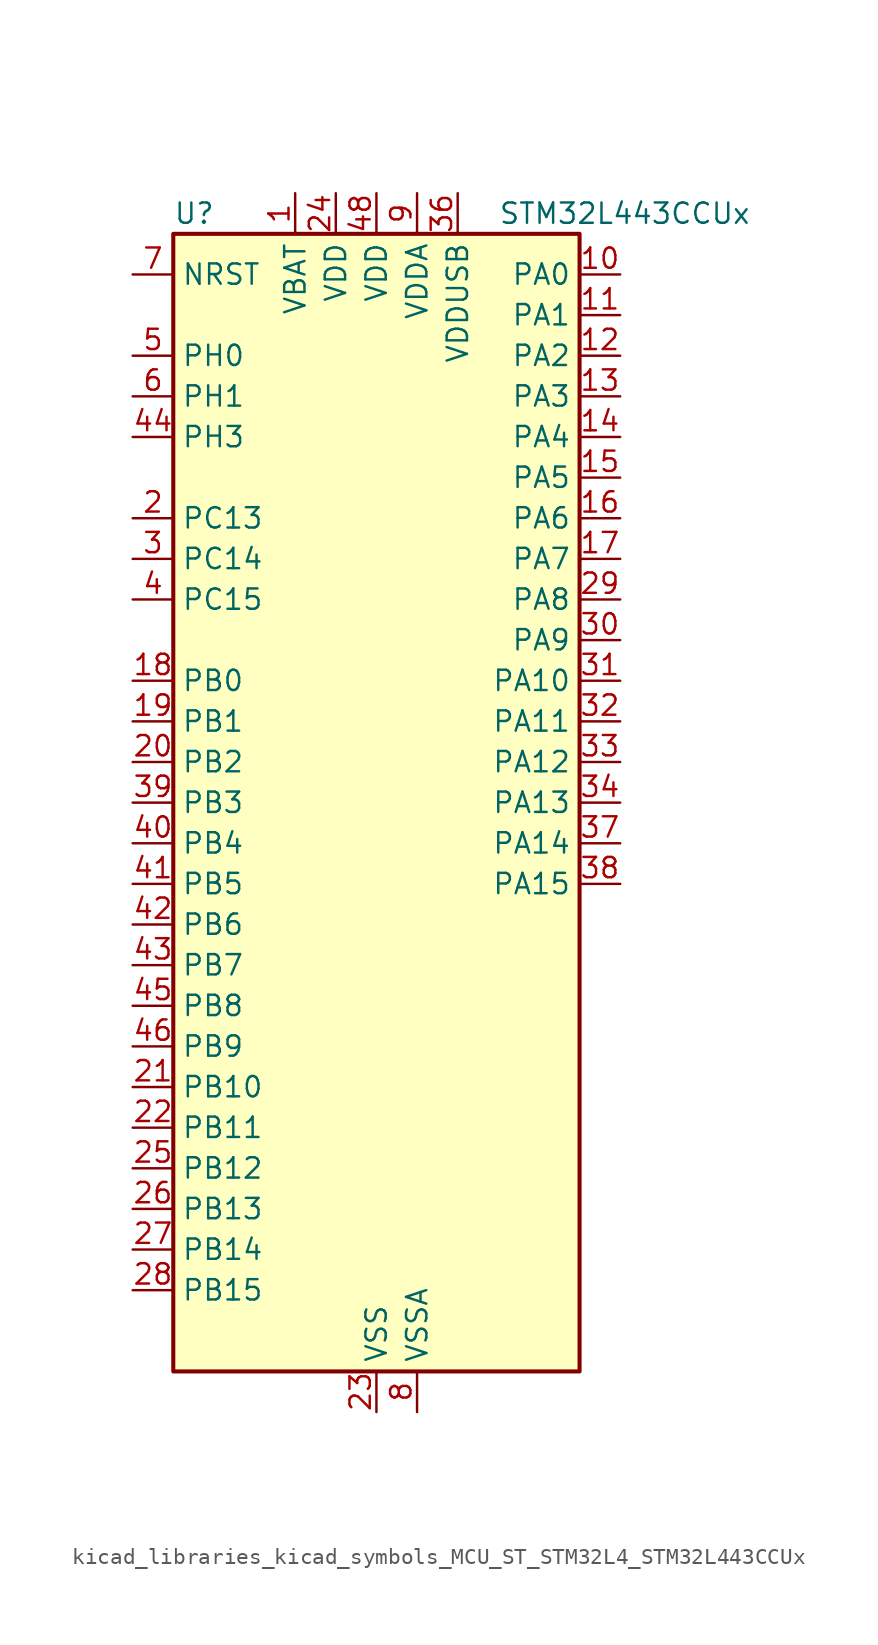
<source format=kicad_sym>
(kicad_symbol_lib
  (version 20220914)
  (generator kicad_symbol_editor)
  (symbol "kicad_libraries_kicad_symbols_MCU_ST_STM32L4_STM32L443CCUx"
    (property "Reference" "U"
      (at -12.7 36.83 0)
      (effects (font (size 1.27 1.27)) (justify left)))
    (property "Value" "STM32L443CCUx"
      (at 7.62 36.83 0)
      (effects (font (size 1.27 1.27)) (justify left)))
    (property "ki_locked" ""
      (at 0 0 0)
      (effects (font (size 1.27 1.27))))
    (symbol "kicad_libraries_kicad_symbols_MCU_ST_STM32L4_STM32L443CCUx_0_1"
      (rectangle (start -12.7 -35.56) (end 12.7 35.56) (stroke (width 0.254) (type default)) (fill (type background))))
    (symbol "kicad_libraries_kicad_symbols_MCU_ST_STM32L4_STM32L443CCUx_1_1"
      (pin power_in line (at -5.08 38.1 270) (length 2.54) (name "VBAT" (effects (font (size 1.27 1.27)))) (number "1" (effects (font (size 1.27 1.27)))))
      (pin bidirectional line (at 15.24 33.02 180) (length 2.54) (name "PA0" (effects (font (size 1.27 1.27)))) (number "10" (effects (font (size 1.27 1.27)))) (alternate "ADC1_IN5" bidirectional line) (alternate "COMP1_INM" bidirectional line) (alternate "COMP1_OUT" bidirectional line) (alternate "OPAMP1_VINP" bidirectional line) (alternate "RTC_TAMP2" bidirectional line) (alternate "SAI1_EXTCLK" bidirectional line) (alternate "SYS_WKUP1" bidirectional line) (alternate "TIM2_CH1" bidirectional line) (alternate "TIM2_ETR" bidirectional line) (alternate "USART2_CTS" bidirectional line))
      (pin bidirectional line (at 15.24 30.48 180) (length 2.54) (name "PA1" (effects (font (size 1.27 1.27)))) (number "11" (effects (font (size 1.27 1.27)))) (alternate "ADC1_IN6" bidirectional line) (alternate "COMP1_INP" bidirectional line) (alternate "I2C1_SMBA" bidirectional line) (alternate "LCD_SEG0" bidirectional line) (alternate "OPAMP1_VINM" bidirectional line) (alternate "SPI1_SCK" bidirectional line) (alternate "TIM15_CH1N" bidirectional line) (alternate "TIM2_CH2" bidirectional line) (alternate "USART2_DE" bidirectional line) (alternate "USART2_RTS" bidirectional line))
      (pin bidirectional line (at 15.24 27.94 180) (length 2.54) (name "PA2" (effects (font (size 1.27 1.27)))) (number "12" (effects (font (size 1.27 1.27)))) (alternate "ADC1_IN7" bidirectional line) (alternate "COMP2_INM" bidirectional line) (alternate "COMP2_OUT" bidirectional line) (alternate "LCD_SEG1" bidirectional line) (alternate "LPUART1_TX" bidirectional line) (alternate "QUADSPI_BK1_NCS" bidirectional line) (alternate "RCC_LSCO" bidirectional line) (alternate "SYS_WKUP4" bidirectional line) (alternate "TIM15_CH1" bidirectional line) (alternate "TIM2_CH3" bidirectional line) (alternate "USART2_TX" bidirectional line))
      (pin bidirectional line (at 15.24 25.4 180) (length 2.54) (name "PA3" (effects (font (size 1.27 1.27)))) (number "13" (effects (font (size 1.27 1.27)))) (alternate "ADC1_IN8" bidirectional line) (alternate "COMP2_INP" bidirectional line) (alternate "LCD_SEG2" bidirectional line) (alternate "LPUART1_RX" bidirectional line) (alternate "OPAMP1_VOUT" bidirectional line) (alternate "QUADSPI_CLK" bidirectional line) (alternate "SAI1_MCLK_A" bidirectional line) (alternate "TIM15_CH2" bidirectional line) (alternate "TIM2_CH4" bidirectional line) (alternate "USART2_RX" bidirectional line))
      (pin bidirectional line (at 15.24 22.86 180) (length 2.54) (name "PA4" (effects (font (size 1.27 1.27)))) (number "14" (effects (font (size 1.27 1.27)))) (alternate "ADC1_IN9" bidirectional line) (alternate "COMP1_INM" bidirectional line) (alternate "COMP2_INM" bidirectional line) (alternate "DAC1_OUT1" bidirectional line) (alternate "LPTIM2_OUT" bidirectional line) (alternate "SAI1_FS_B" bidirectional line) (alternate "SPI1_NSS" bidirectional line) (alternate "SPI3_NSS" bidirectional line) (alternate "USART2_CK" bidirectional line))
      (pin bidirectional line (at 15.24 20.32 180) (length 2.54) (name "PA5" (effects (font (size 1.27 1.27)))) (number "15" (effects (font (size 1.27 1.27)))) (alternate "ADC1_IN10" bidirectional line) (alternate "COMP1_INM" bidirectional line) (alternate "COMP2_INM" bidirectional line) (alternate "DAC1_OUT2" bidirectional line) (alternate "LPTIM2_ETR" bidirectional line) (alternate "SPI1_SCK" bidirectional line) (alternate "TIM2_CH1" bidirectional line) (alternate "TIM2_ETR" bidirectional line))
      (pin bidirectional line (at 15.24 17.78 180) (length 2.54) (name "PA6" (effects (font (size 1.27 1.27)))) (number "16" (effects (font (size 1.27 1.27)))) (alternate "ADC1_IN11" bidirectional line) (alternate "COMP1_OUT" bidirectional line) (alternate "LCD_SEG3" bidirectional line) (alternate "LPUART1_CTS" bidirectional line) (alternate "QUADSPI_BK1_IO3" bidirectional line) (alternate "SPI1_MISO" bidirectional line) (alternate "TIM16_CH1" bidirectional line) (alternate "TIM1_BKIN" bidirectional line) (alternate "TIM1_BKIN_COMP2" bidirectional line) (alternate "USART3_CTS" bidirectional line))
      (pin bidirectional line (at 15.24 15.24 180) (length 2.54) (name "PA7" (effects (font (size 1.27 1.27)))) (number "17" (effects (font (size 1.27 1.27)))) (alternate "ADC1_IN12" bidirectional line) (alternate "COMP2_OUT" bidirectional line) (alternate "I2C3_SCL" bidirectional line) (alternate "LCD_SEG4" bidirectional line) (alternate "QUADSPI_BK1_IO2" bidirectional line) (alternate "SPI1_MOSI" bidirectional line) (alternate "TIM1_CH1N" bidirectional line))
      (pin bidirectional line (at -15.24 7.62 0) (length 2.54) (name "PB0" (effects (font (size 1.27 1.27)))) (number "18" (effects (font (size 1.27 1.27)))) (alternate "ADC1_IN15" bidirectional line) (alternate "COMP1_OUT" bidirectional line) (alternate "LCD_SEG5" bidirectional line) (alternate "QUADSPI_BK1_IO1" bidirectional line) (alternate "SAI1_EXTCLK" bidirectional line) (alternate "SPI1_NSS" bidirectional line) (alternate "TIM1_CH2N" bidirectional line) (alternate "USART3_CK" bidirectional line))
      (pin bidirectional line (at -15.24 5.08 0) (length 2.54) (name "PB1" (effects (font (size 1.27 1.27)))) (number "19" (effects (font (size 1.27 1.27)))) (alternate "ADC1_IN16" bidirectional line) (alternate "COMP1_INM" bidirectional line) (alternate "LCD_SEG6" bidirectional line) (alternate "LPTIM2_IN1" bidirectional line) (alternate "LPUART1_DE" bidirectional line) (alternate "LPUART1_RTS" bidirectional line) (alternate "QUADSPI_BK1_IO0" bidirectional line) (alternate "TIM1_CH3N" bidirectional line) (alternate "USART3_DE" bidirectional line) (alternate "USART3_RTS" bidirectional line))
      (pin bidirectional line (at -15.24 17.78 0) (length 2.54) (name "PC13" (effects (font (size 1.27 1.27)))) (number "2" (effects (font (size 1.27 1.27)))) (alternate "RTC_OUT_ALARM" bidirectional line) (alternate "RTC_OUT_CALIB" bidirectional line) (alternate "RTC_TAMP1" bidirectional line) (alternate "RTC_TS" bidirectional line) (alternate "SYS_WKUP2" bidirectional line))
      (pin bidirectional line (at -15.24 2.54 0) (length 2.54) (name "PB2" (effects (font (size 1.27 1.27)))) (number "20" (effects (font (size 1.27 1.27)))) (alternate "COMP1_INP" bidirectional line) (alternate "I2C3_SMBA" bidirectional line) (alternate "LCD_VLCD" bidirectional line) (alternate "LPTIM1_OUT" bidirectional line) (alternate "RTC_OUT_ALARM" bidirectional line) (alternate "RTC_OUT_CALIB" bidirectional line))
      (pin bidirectional line (at -15.24 -17.78 0) (length 2.54) (name "PB10" (effects (font (size 1.27 1.27)))) (number "21" (effects (font (size 1.27 1.27)))) (alternate "COMP1_OUT" bidirectional line) (alternate "I2C2_SCL" bidirectional line) (alternate "LCD_SEG10" bidirectional line) (alternate "LPUART1_RX" bidirectional line) (alternate "QUADSPI_CLK" bidirectional line) (alternate "SAI1_SCK_A" bidirectional line) (alternate "SPI2_SCK" bidirectional line) (alternate "TIM2_CH3" bidirectional line) (alternate "TSC_SYNC" bidirectional line) (alternate "USART3_TX" bidirectional line))
      (pin bidirectional line (at -15.24 -20.32 0) (length 2.54) (name "PB11" (effects (font (size 1.27 1.27)))) (number "22" (effects (font (size 1.27 1.27)))) (alternate "ADC1_EXTI11" bidirectional line) (alternate "COMP2_OUT" bidirectional line) (alternate "I2C2_SDA" bidirectional line) (alternate "LCD_SEG11" bidirectional line) (alternate "LPUART1_TX" bidirectional line) (alternate "QUADSPI_BK1_NCS" bidirectional line) (alternate "TIM2_CH4" bidirectional line) (alternate "USART3_RX" bidirectional line))
      (pin power_in line (at 0 -38.1 90) (length 2.54) (name "VSS" (effects (font (size 1.27 1.27)))) (number "23" (effects (font (size 1.27 1.27)))))
      (pin power_in line (at -2.54 38.1 270) (length 2.54) (name "VDD" (effects (font (size 1.27 1.27)))) (number "24" (effects (font (size 1.27 1.27)))))
      (pin bidirectional line (at -15.24 -22.86 0) (length 2.54) (name "PB12" (effects (font (size 1.27 1.27)))) (number "25" (effects (font (size 1.27 1.27)))) (alternate "I2C2_SMBA" bidirectional line) (alternate "LCD_SEG12" bidirectional line) (alternate "LPUART1_DE" bidirectional line) (alternate "LPUART1_RTS" bidirectional line) (alternate "SAI1_FS_A" bidirectional line) (alternate "SPI2_NSS" bidirectional line) (alternate "SWPMI1_IO" bidirectional line) (alternate "TIM15_BKIN" bidirectional line) (alternate "TIM1_BKIN" bidirectional line) (alternate "TIM1_BKIN_COMP2" bidirectional line) (alternate "TSC_G1_IO1" bidirectional line) (alternate "USART3_CK" bidirectional line))
      (pin bidirectional line (at -15.24 -25.4 0) (length 2.54) (name "PB13" (effects (font (size 1.27 1.27)))) (number "26" (effects (font (size 1.27 1.27)))) (alternate "I2C2_SCL" bidirectional line) (alternate "LCD_SEG13" bidirectional line) (alternate "LPUART1_CTS" bidirectional line) (alternate "SAI1_SCK_A" bidirectional line) (alternate "SPI2_SCK" bidirectional line) (alternate "SWPMI1_TX" bidirectional line) (alternate "TIM15_CH1N" bidirectional line) (alternate "TIM1_CH1N" bidirectional line) (alternate "TSC_G1_IO2" bidirectional line) (alternate "USART3_CTS" bidirectional line))
      (pin bidirectional line (at -15.24 -27.94 0) (length 2.54) (name "PB14" (effects (font (size 1.27 1.27)))) (number "27" (effects (font (size 1.27 1.27)))) (alternate "I2C2_SDA" bidirectional line) (alternate "LCD_SEG14" bidirectional line) (alternate "SAI1_MCLK_A" bidirectional line) (alternate "SPI2_MISO" bidirectional line) (alternate "SWPMI1_RX" bidirectional line) (alternate "TIM15_CH1" bidirectional line) (alternate "TIM1_CH2N" bidirectional line) (alternate "TSC_G1_IO3" bidirectional line) (alternate "USART3_DE" bidirectional line) (alternate "USART3_RTS" bidirectional line))
      (pin bidirectional line (at -15.24 -30.48 0) (length 2.54) (name "PB15" (effects (font (size 1.27 1.27)))) (number "28" (effects (font (size 1.27 1.27)))) (alternate "ADC1_EXTI15" bidirectional line) (alternate "LCD_SEG15" bidirectional line) (alternate "RTC_REFIN" bidirectional line) (alternate "SAI1_SD_A" bidirectional line) (alternate "SPI2_MOSI" bidirectional line) (alternate "SWPMI1_SUSPEND" bidirectional line) (alternate "TIM15_CH2" bidirectional line) (alternate "TIM1_CH3N" bidirectional line) (alternate "TSC_G1_IO4" bidirectional line))
      (pin bidirectional line (at 15.24 12.7 180) (length 2.54) (name "PA8" (effects (font (size 1.27 1.27)))) (number "29" (effects (font (size 1.27 1.27)))) (alternate "LCD_COM0" bidirectional line) (alternate "LPTIM2_OUT" bidirectional line) (alternate "RCC_MCO" bidirectional line) (alternate "SAI1_SCK_A" bidirectional line) (alternate "SWPMI1_IO" bidirectional line) (alternate "TIM1_CH1" bidirectional line) (alternate "USART1_CK" bidirectional line))
      (pin bidirectional line (at -15.24 15.24 0) (length 2.54) (name "PC14" (effects (font (size 1.27 1.27)))) (number "3" (effects (font (size 1.27 1.27)))) (alternate "RCC_OSC32_IN" bidirectional line))
      (pin bidirectional line (at 15.24 10.16 180) (length 2.54) (name "PA9" (effects (font (size 1.27 1.27)))) (number "30" (effects (font (size 1.27 1.27)))) (alternate "DAC1_EXTI9" bidirectional line) (alternate "I2C1_SCL" bidirectional line) (alternate "LCD_COM1" bidirectional line) (alternate "SAI1_FS_A" bidirectional line) (alternate "TIM15_BKIN" bidirectional line) (alternate "TIM1_CH2" bidirectional line) (alternate "USART1_TX" bidirectional line))
      (pin bidirectional line (at 15.24 7.62 180) (length 2.54) (name "PA10" (effects (font (size 1.27 1.27)))) (number "31" (effects (font (size 1.27 1.27)))) (alternate "CRS_SYNC" bidirectional line) (alternate "I2C1_SDA" bidirectional line) (alternate "LCD_COM2" bidirectional line) (alternate "SAI1_SD_A" bidirectional line) (alternate "TIM1_CH3" bidirectional line) (alternate "USART1_RX" bidirectional line))
      (pin bidirectional line (at 15.24 5.08 180) (length 2.54) (name "PA11" (effects (font (size 1.27 1.27)))) (number "32" (effects (font (size 1.27 1.27)))) (alternate "ADC1_EXTI11" bidirectional line) (alternate "CAN1_RX" bidirectional line) (alternate "COMP1_OUT" bidirectional line) (alternate "SPI1_MISO" bidirectional line) (alternate "TIM1_BKIN2" bidirectional line) (alternate "TIM1_BKIN2_COMP1" bidirectional line) (alternate "TIM1_CH4" bidirectional line) (alternate "USART1_CTS" bidirectional line) (alternate "USB_DM" bidirectional line))
      (pin bidirectional line (at 15.24 2.54 180) (length 2.54) (name "PA12" (effects (font (size 1.27 1.27)))) (number "33" (effects (font (size 1.27 1.27)))) (alternate "CAN1_TX" bidirectional line) (alternate "SPI1_MOSI" bidirectional line) (alternate "TIM1_ETR" bidirectional line) (alternate "USART1_DE" bidirectional line) (alternate "USART1_RTS" bidirectional line) (alternate "USB_DP" bidirectional line))
      (pin bidirectional line (at 15.24 0 180) (length 2.54) (name "PA13" (effects (font (size 1.27 1.27)))) (number "34" (effects (font (size 1.27 1.27)))) (alternate "IR_OUT" bidirectional line) (alternate "SAI1_SD_B" bidirectional line) (alternate "SWPMI1_TX" bidirectional line) (alternate "SYS_JTMS-SWDIO" bidirectional line) (alternate "USB_NOE" bidirectional line))
      (pin passive line (at 0 -38.1 90) (length 2.54) hide (name "VSS" (effects (font (size 1.27 1.27)))) (number "35" (effects (font (size 1.27 1.27)))))
      (pin power_in line (at 5.08 38.1 270) (length 2.54) (name "VDDUSB" (effects (font (size 1.27 1.27)))) (number "36" (effects (font (size 1.27 1.27)))))
      (pin bidirectional line (at 15.24 -2.54 180) (length 2.54) (name "PA14" (effects (font (size 1.27 1.27)))) (number "37" (effects (font (size 1.27 1.27)))) (alternate "I2C1_SMBA" bidirectional line) (alternate "LPTIM1_OUT" bidirectional line) (alternate "SAI1_FS_B" bidirectional line) (alternate "SWPMI1_RX" bidirectional line) (alternate "SYS_JTCK-SWCLK" bidirectional line))
      (pin bidirectional line (at 15.24 -5.08 180) (length 2.54) (name "PA15" (effects (font (size 1.27 1.27)))) (number "38" (effects (font (size 1.27 1.27)))) (alternate "ADC1_EXTI15" bidirectional line) (alternate "LCD_SEG17" bidirectional line) (alternate "SPI1_NSS" bidirectional line) (alternate "SPI3_NSS" bidirectional line) (alternate "SWPMI1_SUSPEND" bidirectional line) (alternate "SYS_JTDI" bidirectional line) (alternate "TIM2_CH1" bidirectional line) (alternate "TIM2_ETR" bidirectional line) (alternate "USART2_RX" bidirectional line) (alternate "USART3_DE" bidirectional line) (alternate "USART3_RTS" bidirectional line))
      (pin bidirectional line (at -15.24 0 0) (length 2.54) (name "PB3" (effects (font (size 1.27 1.27)))) (number "39" (effects (font (size 1.27 1.27)))) (alternate "COMP2_INM" bidirectional line) (alternate "LCD_SEG7" bidirectional line) (alternate "SAI1_SCK_B" bidirectional line) (alternate "SPI1_SCK" bidirectional line) (alternate "SPI3_SCK" bidirectional line) (alternate "SYS_JTDO-SWO" bidirectional line) (alternate "TIM2_CH2" bidirectional line) (alternate "USART1_DE" bidirectional line) (alternate "USART1_RTS" bidirectional line))
      (pin bidirectional line (at -15.24 12.7 0) (length 2.54) (name "PC15" (effects (font (size 1.27 1.27)))) (number "4" (effects (font (size 1.27 1.27)))) (alternate "ADC1_EXTI15" bidirectional line) (alternate "RCC_OSC32_OUT" bidirectional line))
      (pin bidirectional line (at -15.24 -2.54 0) (length 2.54) (name "PB4" (effects (font (size 1.27 1.27)))) (number "40" (effects (font (size 1.27 1.27)))) (alternate "COMP2_INP" bidirectional line) (alternate "I2C3_SDA" bidirectional line) (alternate "LCD_SEG8" bidirectional line) (alternate "SAI1_MCLK_B" bidirectional line) (alternate "SPI1_MISO" bidirectional line) (alternate "SPI3_MISO" bidirectional line) (alternate "SYS_JTRST" bidirectional line) (alternate "TSC_G2_IO1" bidirectional line) (alternate "USART1_CTS" bidirectional line))
      (pin bidirectional line (at -15.24 -5.08 0) (length 2.54) (name "PB5" (effects (font (size 1.27 1.27)))) (number "41" (effects (font (size 1.27 1.27)))) (alternate "COMP2_OUT" bidirectional line) (alternate "I2C1_SMBA" bidirectional line) (alternate "LCD_SEG9" bidirectional line) (alternate "LPTIM1_IN1" bidirectional line) (alternate "SAI1_SD_B" bidirectional line) (alternate "SPI1_MOSI" bidirectional line) (alternate "SPI3_MOSI" bidirectional line) (alternate "TIM16_BKIN" bidirectional line) (alternate "TSC_G2_IO2" bidirectional line) (alternate "USART1_CK" bidirectional line))
      (pin bidirectional line (at -15.24 -7.62 0) (length 2.54) (name "PB6" (effects (font (size 1.27 1.27)))) (number "42" (effects (font (size 1.27 1.27)))) (alternate "COMP2_INP" bidirectional line) (alternate "I2C1_SCL" bidirectional line) (alternate "LPTIM1_ETR" bidirectional line) (alternate "SAI1_FS_B" bidirectional line) (alternate "TIM16_CH1N" bidirectional line) (alternate "TSC_G2_IO3" bidirectional line) (alternate "USART1_TX" bidirectional line))
      (pin bidirectional line (at -15.24 -10.16 0) (length 2.54) (name "PB7" (effects (font (size 1.27 1.27)))) (number "43" (effects (font (size 1.27 1.27)))) (alternate "COMP2_INM" bidirectional line) (alternate "I2C1_SDA" bidirectional line) (alternate "LCD_SEG21" bidirectional line) (alternate "LPTIM1_IN2" bidirectional line) (alternate "SYS_PVD_IN" bidirectional line) (alternate "TSC_G2_IO4" bidirectional line) (alternate "USART1_RX" bidirectional line))
      (pin bidirectional line (at -15.24 22.86 0) (length 2.54) (name "PH3" (effects (font (size 1.27 1.27)))) (number "44" (effects (font (size 1.27 1.27)))))
      (pin bidirectional line (at -15.24 -12.7 0) (length 2.54) (name "PB8" (effects (font (size 1.27 1.27)))) (number "45" (effects (font (size 1.27 1.27)))) (alternate "CAN1_RX" bidirectional line) (alternate "I2C1_SCL" bidirectional line) (alternate "LCD_SEG16" bidirectional line) (alternate "SAI1_MCLK_A" bidirectional line) (alternate "TIM16_CH1" bidirectional line))
      (pin bidirectional line (at -15.24 -15.24 0) (length 2.54) (name "PB9" (effects (font (size 1.27 1.27)))) (number "46" (effects (font (size 1.27 1.27)))) (alternate "CAN1_TX" bidirectional line) (alternate "DAC1_EXTI9" bidirectional line) (alternate "I2C1_SDA" bidirectional line) (alternate "IR_OUT" bidirectional line) (alternate "LCD_COM3" bidirectional line) (alternate "SAI1_FS_A" bidirectional line) (alternate "SPI2_NSS" bidirectional line))
      (pin passive line (at 0 -38.1 90) (length 2.54) hide (name "VSS" (effects (font (size 1.27 1.27)))) (number "47" (effects (font (size 1.27 1.27)))))
      (pin power_in line (at 0 38.1 270) (length 2.54) (name "VDD" (effects (font (size 1.27 1.27)))) (number "48" (effects (font (size 1.27 1.27)))))
      (pin passive line (at 0 -38.1 90) (length 2.54) hide (name "VSS" (effects (font (size 1.27 1.27)))) (number "49" (effects (font (size 1.27 1.27)))))
      (pin bidirectional line (at -15.24 27.94 0) (length 2.54) (name "PH0" (effects (font (size 1.27 1.27)))) (number "5" (effects (font (size 1.27 1.27)))) (alternate "RCC_OSC_IN" bidirectional line))
      (pin bidirectional line (at -15.24 25.4 0) (length 2.54) (name "PH1" (effects (font (size 1.27 1.27)))) (number "6" (effects (font (size 1.27 1.27)))) (alternate "RCC_OSC_OUT" bidirectional line))
      (pin input line (at -15.24 33.02 0) (length 2.54) (name "NRST" (effects (font (size 1.27 1.27)))) (number "7" (effects (font (size 1.27 1.27)))))
      (pin power_in line (at 2.54 -38.1 90) (length 2.54) (name "VSSA" (effects (font (size 1.27 1.27)))) (number "8" (effects (font (size 1.27 1.27)))))
      (pin power_in line (at 2.54 38.1 270) (length 2.54) (name "VDDA" (effects (font (size 1.27 1.27)))) (number "9" (effects (font (size 1.27 1.27))))))))
</source>
